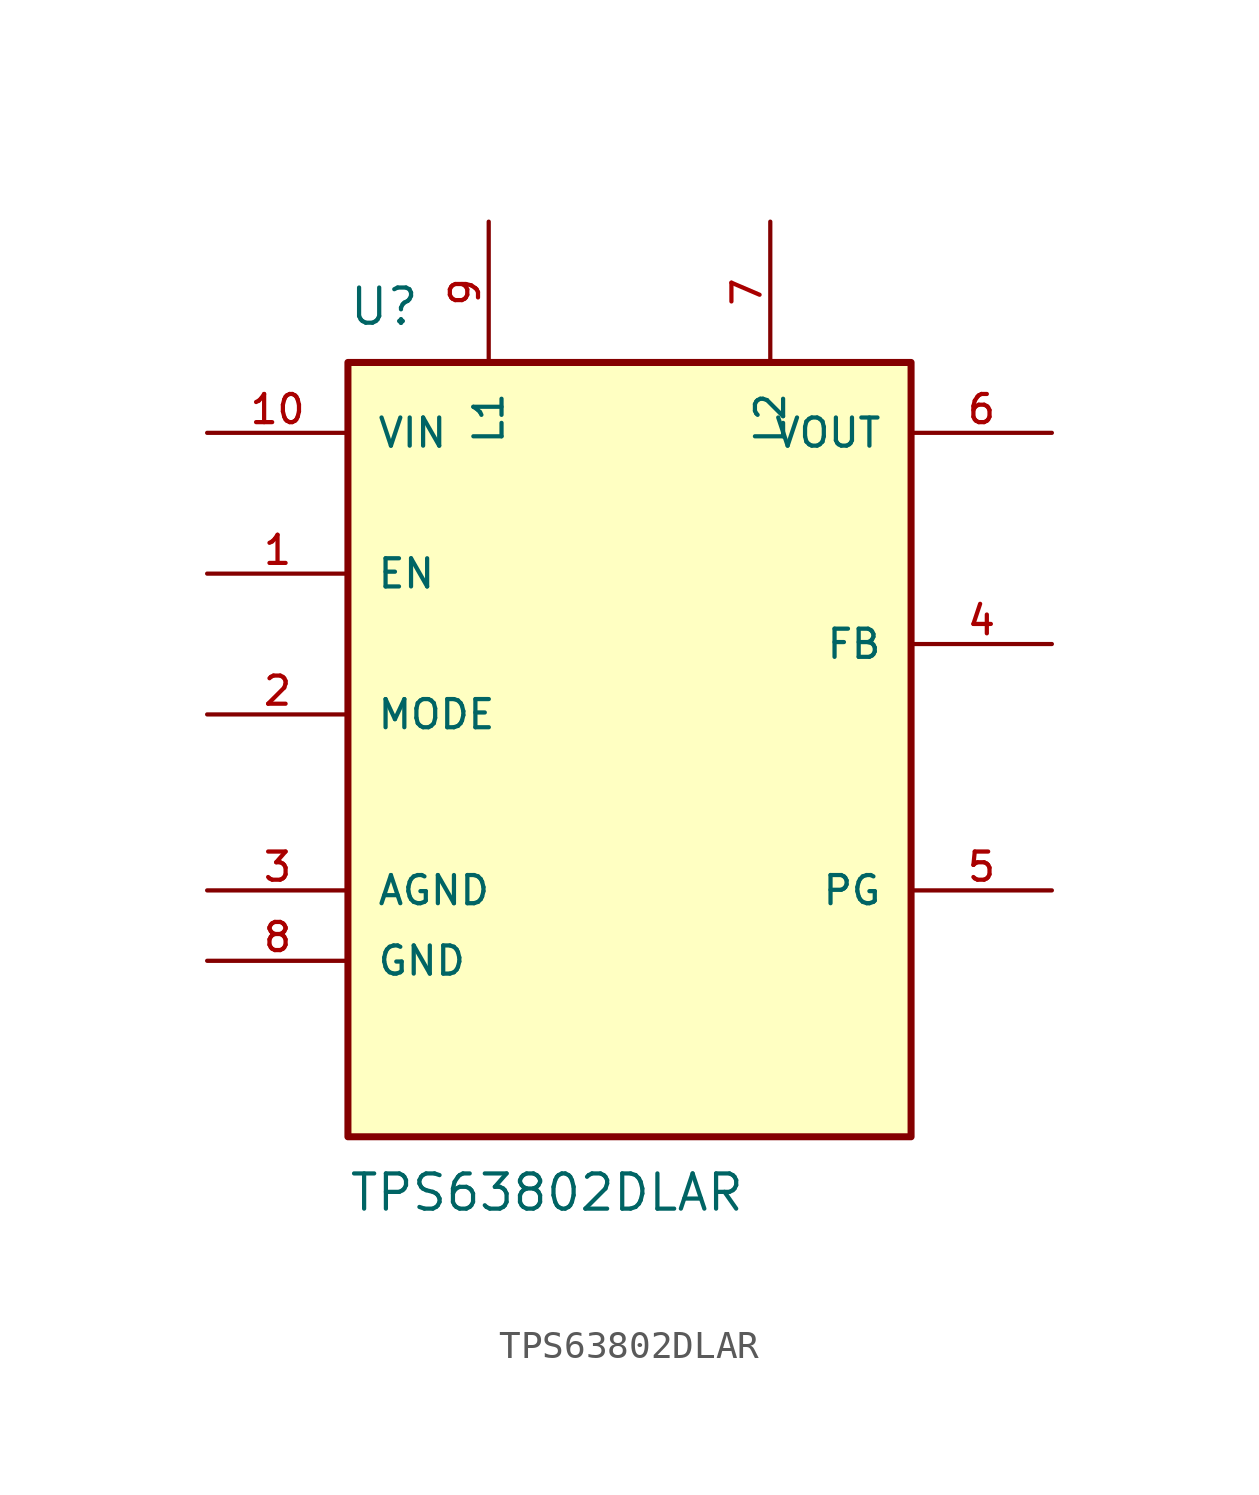
<source format=kicad_sym>
(kicad_symbol_lib
  (version 20231120)
  (generator "kicad_symbol_editor")
  (generator_version "8.0")
  (symbol "TPS63802DLAR"
    (pin_names
      (offset 1.016))
    (property "Reference" "U"
      (at -10.16 13.97 0)
      (effects (font (size 1.27 1.27)) (justify left bottom)))
    (property "Value" "TPS63802DLAR"
      (at -10.16 -16.51 0)
      (effects (font (size 1.27 1.27)) (justify left top)))
    (symbol "TPS63802DLAR_0_0"
      (rectangle (start -10.16 -15.24) (end 10.16 12.7) (stroke (width 0.254) (type default)) (fill (type background)))
      (pin input line (at -15.24 5.08 0) (length 5.08) (name "EN" (effects (font (size 1.016 1.016)))) (number "1" (effects (font (size 1.016 1.016)))))
      (pin input line (at -15.24 10.16 0) (length 5.08) (name "VIN" (effects (font (size 1.016 1.016)))) (number "10" (effects (font (size 1.016 1.016)))))
      (pin input line (at -15.24 0 0) (length 5.08) (name "MODE" (effects (font (size 1.016 1.016)))) (number "2" (effects (font (size 1.016 1.016)))))
      (pin power_in line (at -15.24 -6.35 0) (length 5.08) (name "AGND" (effects (font (size 1.016 1.016)))) (number "3" (effects (font (size 1.016 1.016)))))
      (pin input line (at 15.24 2.54 180) (length 5.08) (name "FB" (effects (font (size 1.016 1.016)))) (number "4" (effects (font (size 1.016 1.016)))))
      (pin output line (at 15.24 -6.35 180) (length 5.08) (name "PG" (effects (font (size 1.016 1.016)))) (number "5" (effects (font (size 1.016 1.016)))))
      (pin output line (at 15.24 10.16 180) (length 5.08) (name "VOUT" (effects (font (size 1.016 1.016)))) (number "6" (effects (font (size 1.016 1.016)))))
      (pin passive line (at 5.08 17.78 270) (length 5.08) (name "L2" (effects (font (size 1.016 1.016)))) (number "7" (effects (font (size 1.016 1.016)))))
      (pin power_in line (at -15.24 -8.89 0) (length 5.08) (name "GND" (effects (font (size 1.016 1.016)))) (number "8" (effects (font (size 1.016 1.016)))))
      (pin passive line (at -5.08 17.78 270) (length 5.08) (name "L1" (effects (font (size 1.016 1.016)))) (number "9" (effects (font (size 1.016 1.016))))))))
</source>
